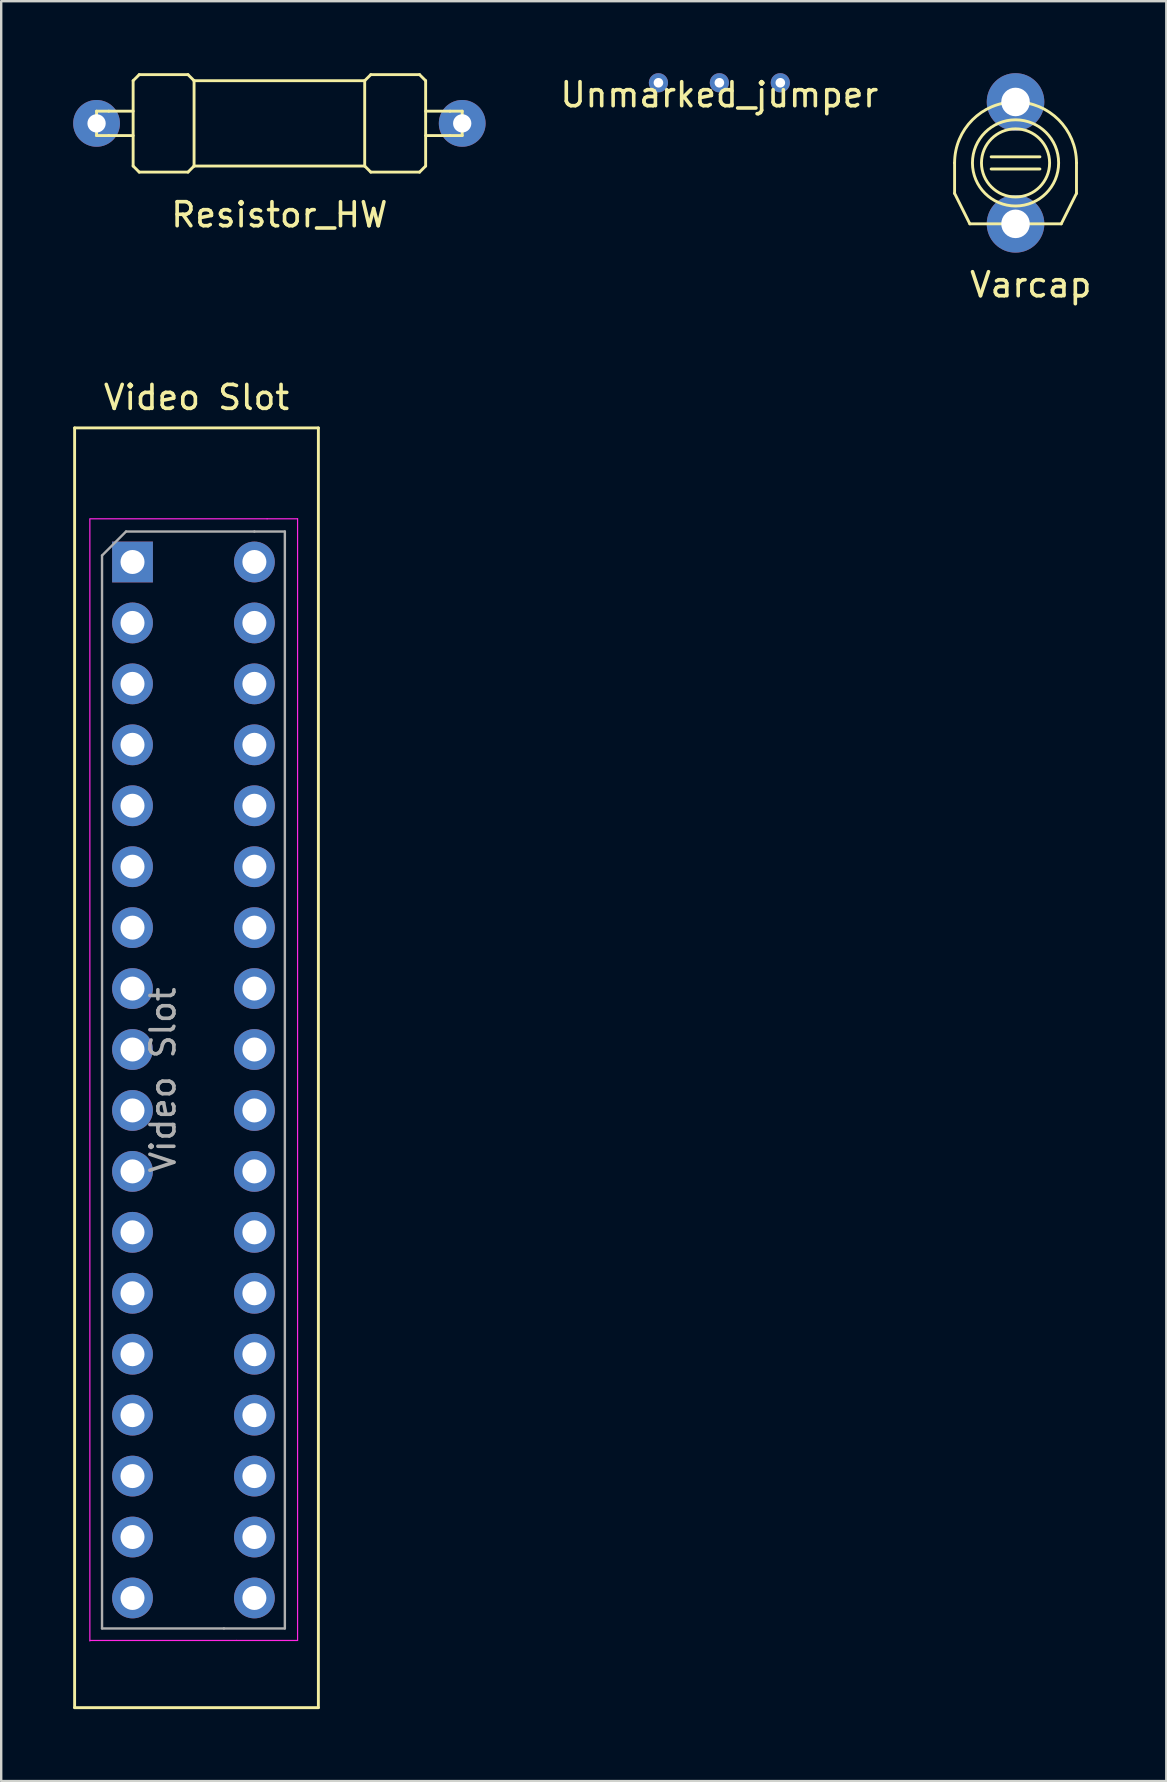
<source format=kicad_pcb>
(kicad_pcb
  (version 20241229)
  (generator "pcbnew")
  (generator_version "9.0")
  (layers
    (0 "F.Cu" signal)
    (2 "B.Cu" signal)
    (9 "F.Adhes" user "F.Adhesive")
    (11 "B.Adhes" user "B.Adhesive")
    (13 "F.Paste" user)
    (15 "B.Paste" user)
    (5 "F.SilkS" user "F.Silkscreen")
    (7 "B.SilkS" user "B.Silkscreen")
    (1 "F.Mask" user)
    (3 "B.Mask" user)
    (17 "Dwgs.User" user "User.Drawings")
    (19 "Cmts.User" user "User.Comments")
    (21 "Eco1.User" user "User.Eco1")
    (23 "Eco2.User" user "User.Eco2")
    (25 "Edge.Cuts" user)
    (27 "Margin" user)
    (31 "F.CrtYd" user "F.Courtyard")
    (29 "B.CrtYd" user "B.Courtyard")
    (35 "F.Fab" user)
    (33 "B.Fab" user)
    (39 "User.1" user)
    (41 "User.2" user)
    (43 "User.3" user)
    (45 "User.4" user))
  (footprint "Video Slot"
    (layer "F.Cu")
    (at 7.045 17.326)
    (property "Reference" "Video Slot" (at -1.905 -3.81 0) (layer "F.SilkS") (effects (font (size 1 1) (thickness 0.15))))
    (attr through_hole)
    (fp_line (start -6.985 50.8) (end -6.985 -2.54) (stroke (width 0.12) (type solid)) (layer "F.SilkS"))
    (fp_line (start -6.985 50.8) (end 3.175 50.8) (stroke (width 0.12) (type solid)) (layer "F.SilkS"))
    (fp_line (start 3.175 -2.54) (end -6.985 -2.54) (stroke (width 0.12) (type solid)) (layer "F.SilkS"))
    (fp_line (start 3.175 -2.54) (end 3.175 50.8) (stroke (width 0.12) (type solid)) (layer "F.SilkS"))
    (fp_line (start -6.35 1.27) (end -6.35 48.02) (stroke (width 0.05) (type solid)) (layer "F.CrtYd"))
    (fp_line (start -6.332 47.998) (end -0.232 47.998) (stroke (width 0.05) (type solid)) (layer "F.CrtYd"))
    (fp_line (start -0.232 47.998) (end 2.308 47.998) (stroke (width 0.05) (type solid)) (layer "F.CrtYd"))
    (fp_line (start 1.038 1.248) (end -6.35 1.248) (stroke (width 0.05) (type solid)) (layer "F.CrtYd"))
    (fp_line (start 1.038 1.248) (end 2.308 1.248) (stroke (width 0.05) (type solid)) (layer "F.CrtYd"))
    (fp_line (start 2.308 47.998) (end 2.308 1.248) (stroke (width 0.05) (type solid)) (layer "F.CrtYd"))
    (fp_line (start -5.842 2.778) (end -5.842 47.498) (stroke (width 0.1) (type solid)) (layer "F.Fab"))
    (fp_line (start -5.842 47.498) (end -0.762 47.498) (stroke (width 0.1) (type solid)) (layer "F.Fab"))
    (fp_line (start -4.842 1.778) (end -5.842 2.778) (stroke (width 0.1) (type solid)) (layer "F.Fab"))
    (fp_line (start -0.762 47.498) (end 1.778 47.498) (stroke (width 0.1) (type solid)) (layer "F.Fab"))
    (fp_line (start 0.508 1.778) (end -4.842 1.778) (stroke (width 0.1) (type solid)) (layer "F.Fab"))
    (fp_line (start 0.508 1.778) (end 1.778 1.778) (stroke (width 0.1) (type solid)) (layer "F.Fab"))
    (fp_line (start 1.778 47.498) (end 1.778 1.778) (stroke (width 0.1) (type solid)) (layer "F.Fab"))
    (fp_text user "${REFERENCE}" (at -3.302 24.638 90) (layer "F.Fab") (effects (font (size 1 1) (thickness 0.15))))
    (pad "1" thru_hole rect (at -4.572 3.048) (size 1.7 1.7) (drill 1) (layers "*.Cu" "*.Mask"))
    (pad "2" thru_hole oval (at 0.508 3.048) (size 1.7 1.7) (drill 1) (layers "*.Cu" "*.Mask"))
    (pad "3" thru_hole oval (at -4.572 5.588) (size 1.7 1.7) (drill 1) (layers "*.Cu" "*.Mask"))
    (pad "4" thru_hole oval (at 0.508 5.588) (size 1.7 1.7) (drill 1) (layers "*.Cu" "*.Mask"))
    (pad "5" thru_hole oval (at -4.572 8.128) (size 1.7 1.7) (drill 1) (layers "*.Cu" "*.Mask"))
    (pad "6" thru_hole oval (at 0.508 8.128) (size 1.7 1.7) (drill 1) (layers "*.Cu" "*.Mask"))
    (pad "7" thru_hole oval (at -4.572 10.668) (size 1.7 1.7) (drill 1) (layers "*.Cu" "*.Mask"))
    (pad "8" thru_hole oval (at 0.508 10.668) (size 1.7 1.7) (drill 1) (layers "*.Cu" "*.Mask"))
    (pad "9" thru_hole oval (at -4.572 13.208) (size 1.7 1.7) (drill 1) (layers "*.Cu" "*.Mask"))
    (pad "10" thru_hole oval (at 0.508 13.208) (size 1.7 1.7) (drill 1) (layers "*.Cu" "*.Mask"))
    (pad "11" thru_hole oval (at -4.572 15.748) (size 1.7 1.7) (drill 1) (layers "*.Cu" "*.Mask"))
    (pad "12" thru_hole oval (at 0.508 15.748) (size 1.7 1.7) (drill 1) (layers "*.Cu" "*.Mask"))
    (pad "13" thru_hole oval (at -4.572 18.288) (size 1.7 1.7) (drill 1) (layers "*.Cu" "*.Mask"))
    (pad "14" thru_hole oval (at 0.508 18.288) (size 1.7 1.7) (drill 1) (layers "*.Cu" "*.Mask"))
    (pad "15" thru_hole oval (at -4.572 20.828) (size 1.7 1.7) (drill 1) (layers "*.Cu" "*.Mask"))
    (pad "16" thru_hole oval (at 0.508 20.828) (size 1.7 1.7) (drill 1) (layers "*.Cu" "*.Mask"))
    (pad "17" thru_hole oval (at -4.572 23.368) (size 1.7 1.7) (drill 1) (layers "*.Cu" "*.Mask"))
    (pad "18" thru_hole oval (at 0.508 23.368) (size 1.7 1.7) (drill 1) (layers "*.Cu" "*.Mask"))
    (pad "19" thru_hole oval (at -4.572 25.908) (size 1.7 1.7) (drill 1) (layers "*.Cu" "*.Mask"))
    (pad "20" thru_hole oval (at 0.508 25.908) (size 1.7 1.7) (drill 1) (layers "*.Cu" "*.Mask"))
    (pad "21" thru_hole oval (at -4.572 28.448) (size 1.7 1.7) (drill 1) (layers "*.Cu" "*.Mask"))
    (pad "22" thru_hole oval (at 0.508 28.448) (size 1.7 1.7) (drill 1) (layers "*.Cu" "*.Mask"))
    (pad "23" thru_hole oval (at -4.572 30.988) (size 1.7 1.7) (drill 1) (layers "*.Cu" "*.Mask"))
    (pad "24" thru_hole oval (at 0.508 30.988) (size 1.7 1.7) (drill 1) (layers "*.Cu" "*.Mask"))
    (pad "25" thru_hole oval (at -4.572 33.528) (size 1.7 1.7) (drill 1) (layers "*.Cu" "*.Mask"))
    (pad "26" thru_hole oval (at 0.508 33.528) (size 1.7 1.7) (drill 1) (layers "*.Cu" "*.Mask"))
    (pad "27" thru_hole oval (at -4.572 36.068) (size 1.7 1.7) (drill 1) (layers "*.Cu" "*.Mask"))
    (pad "28" thru_hole oval (at 0.508 36.068) (size 1.7 1.7) (drill 1) (layers "*.Cu" "*.Mask"))
    (pad "29" thru_hole oval (at -4.572 38.608) (size 1.7 1.7) (drill 1) (layers "*.Cu" "*.Mask"))
    (pad "30" thru_hole oval (at 0.508 38.608) (size 1.7 1.7) (drill 1) (layers "*.Cu" "*.Mask"))
    (pad "31" thru_hole oval (at -4.572 41.148) (size 1.7 1.7) (drill 1) (layers "*.Cu" "*.Mask"))
    (pad "32" thru_hole oval (at 0.508 41.148) (size 1.7 1.7) (drill 1) (layers "*.Cu" "*.Mask"))
    (pad "33" thru_hole oval (at -4.572 43.688) (size 1.7 1.7) (drill 1) (layers "*.Cu" "*.Mask"))
    (pad "34" thru_hole oval (at 0.508 43.688) (size 1.7 1.7) (drill 1) (layers "*.Cu" "*.Mask"))
    (pad "35" thru_hole oval (at -4.572 46.228) (size 1.7 1.7) (drill 1) (layers "*.Cu" "*.Mask"))
    (pad "36" thru_hole oval (at 0.508 46.228) (size 1.7 1.7) (drill 1) (layers "*.Cu" "*.Mask")))
  (footprint "Resistor_HW"
    (layer "F.Cu")
    (at 8.595 2.092)
    (property "Reference" "Resistor_HW" (at 0 3.81 0) (layer "F.SilkS") (effects (font (size 1 1) (thickness 0.15))))
    (attr through_hole)
    (fp_line (start -7.62 -0.508) (end -7.112 -0.508) (stroke (width 0.12) (type solid)) (layer "F.SilkS"))
    (fp_line (start -7.62 0.508) (end -7.62 -0.508) (stroke (width 0.12) (type solid)) (layer "F.SilkS"))
    (fp_line (start -7.112 0.508) (end -7.62 0.508) (stroke (width 0.12) (type solid)) (layer "F.SilkS"))
    (fp_line (start -7.112 0.508) (end -6.096 0.508) (stroke (width 0.12) (type solid)) (layer "F.SilkS"))
    (fp_line (start -6.096 -1.778) (end -6.096 1.778) (stroke (width 0.12) (type solid)) (layer "F.SilkS"))
    (fp_line (start -6.096 -1.778) (end -5.842 -2.032) (stroke (width 0.12) (type solid)) (layer "F.SilkS"))
    (fp_line (start -6.096 -0.508) (end -7.112 -0.508) (stroke (width 0.12) (type solid)) (layer "F.SilkS"))
    (fp_line (start -5.842 -2.032) (end -3.81 -2.032) (stroke (width 0.12) (type solid)) (layer "F.SilkS"))
    (fp_line (start -5.842 2.032) (end -6.096 1.778) (stroke (width 0.12) (type solid)) (layer "F.SilkS"))
    (fp_line (start -3.81 -2.032) (end -3.556 -1.778) (stroke (width 0.12) (type solid)) (layer "F.SilkS"))
    (fp_line (start -3.81 2.032) (end -5.842 2.032) (stroke (width 0.12) (type solid)) (layer "F.SilkS"))
    (fp_line (start -3.556 -1.778) (end -3.556 1.778) (stroke (width 0.12) (type solid)) (layer "F.SilkS"))
    (fp_line (start -3.556 1.778) (end -3.81 2.032) (stroke (width 0.12) (type solid)) (layer "F.SilkS"))
    (fp_line (start -3.556 1.778) (end 3.556 1.778) (stroke (width 0.12) (type solid)) (layer "F.SilkS"))
    (fp_line (start 3.556 -1.778) (end -3.556 -1.778) (stroke (width 0.12) (type solid)) (layer "F.SilkS"))
    (fp_line (start 3.556 -1.778) (end 3.556 1.778) (stroke (width 0.12) (type solid)) (layer "F.SilkS"))
    (fp_line (start 3.556 1.778) (end 3.81 2.032) (stroke (width 0.12) (type solid)) (layer "F.SilkS"))
    (fp_line (start 3.81 -2.032) (end 3.556 -1.778) (stroke (width 0.12) (type solid)) (layer "F.SilkS"))
    (fp_line (start 3.81 2.032) (end 5.842 2.032) (stroke (width 0.12) (type solid)) (layer "F.SilkS"))
    (fp_line (start 5.842 -2.032) (end 3.81 -2.032) (stroke (width 0.12) (type solid)) (layer "F.SilkS"))
    (fp_line (start 5.842 2.032) (end 6.096 1.778) (stroke (width 0.12) (type solid)) (layer "F.SilkS"))
    (fp_line (start 6.096 -1.778) (end 5.842 -2.032) (stroke (width 0.12) (type solid)) (layer "F.SilkS"))
    (fp_line (start 6.096 -1.778) (end 6.096 1.778) (stroke (width 0.12) (type solid)) (layer "F.SilkS"))
    (fp_line (start 6.096 -0.508) (end 7.112 -0.508) (stroke (width 0.12) (type solid)) (layer "F.SilkS"))
    (fp_line (start 7.112 0.508) (end 6.096 0.508) (stroke (width 0.12) (type solid)) (layer "F.SilkS"))
    (fp_line (start 7.112 0.508) (end 7.62 0.508) (stroke (width 0.12) (type solid)) (layer "F.SilkS"))
    (fp_line (start 7.62 -0.508) (end 7.112 -0.508) (stroke (width 0.12) (type solid)) (layer "F.SilkS"))
    (fp_line (start 7.62 0.508) (end 7.62 -0.508) (stroke (width 0.12) (type solid)) (layer "F.SilkS"))
    (pad "1" thru_hole circle (at -7.62 0) (size 1.95 1.95) (drill 0.762) (layers "*.Cu" "*.Mask"))
    (pad "2" thru_hole circle (at 7.62 0) (size 1.95 1.95) (drill 0.762) (layers "*.Cu" "*.Mask")))
  (footprint "Varcap"
    (layer "F.Cu")
    (at 39.278 3.74)
    (property "Reference" "Varcap" (at 0.635 5.08 0) (layer "F.SilkS") (effects (font (size 1 1) (thickness 0.15))))
    (attr through_hole)
    (fp_line (start -2.54 1.27) (end -2.54 0) (stroke (width 0.12) (type solid)) (layer "F.SilkS"))
    (fp_line (start -1.905 2.54) (end -2.54 1.27) (stroke (width 0.12) (type solid)) (layer "F.SilkS"))
    (fp_line (start -1.905 2.54) (end 1.905 2.54) (stroke (width 0.12) (type solid)) (layer "F.SilkS"))
    (fp_line (start -1.016 -0.254) (end 1.016 -0.254) (stroke (width 0.12) (type solid)) (layer "F.SilkS"))
    (fp_line (start -1.016 0.254) (end 1.016 0.254) (stroke (width 0.12) (type solid)) (layer "F.SilkS"))
    (fp_line (start 1.905 2.54) (end 2.54 1.27) (stroke (width 0.12) (type solid)) (layer "F.SilkS"))
    (fp_line (start 2.54 1.27) (end 2.54 0) (stroke (width 0.12) (type solid)) (layer "F.SilkS"))
    (fp_arc (start -2.54 0) (mid 0 -2.54) (end 2.54 0) (stroke (width 0.12) (type solid)) (layer "F.SilkS"))
    (fp_circle (center 0 0) (end 1.27 0.635) (stroke (width 0.12) (type solid)) (fill no) (layer "F.SilkS"))
    (fp_circle (center 0 0) (end 1.27 1.27) (stroke (width 0.12) (type solid)) (fill no) (layer "F.SilkS"))
    (pad "1" thru_hole circle (at 0 -2.54) (size 2.4 2.4) (drill 1.19) (layers "*.Cu" "*.Mask"))
    (pad "2" thru_hole circle (at 0 2.54) (size 2.4 2.4) (drill 1.19) (layers "*.Cu" "*.Mask")))
  (footprint "Unmarked_jumper"
    (layer "F.Cu")
    (at 26.934 0.4)
    (property "Reference" "Unmarked_jumper" (at 0 0.5 0) (layer "F.SilkS") (effects (font (size 1 1) (thickness 0.15))))
    (attr through_hole)
    (pad "1" thru_hole circle (at -2.54 0) (size 0.8 0.8) (drill 0.4) (layers "*.Cu" "*.Mask"))
    (pad "2" thru_hole circle (at 0 0) (size 0.8 0.8) (drill 0.4) (layers "*.Cu" "*.Mask"))
    (pad "3" thru_hole circle (at 2.54 0) (size 0.8 0.8) (drill 0.4) (layers "*.Cu" "*.Mask")))
  (gr_rect
    (start -3 -3)
    (end 45.562 71.186)
    (stroke (width 0.1) (type default))
    (fill no)
    (layer "Edge.Cuts")))
</source>
